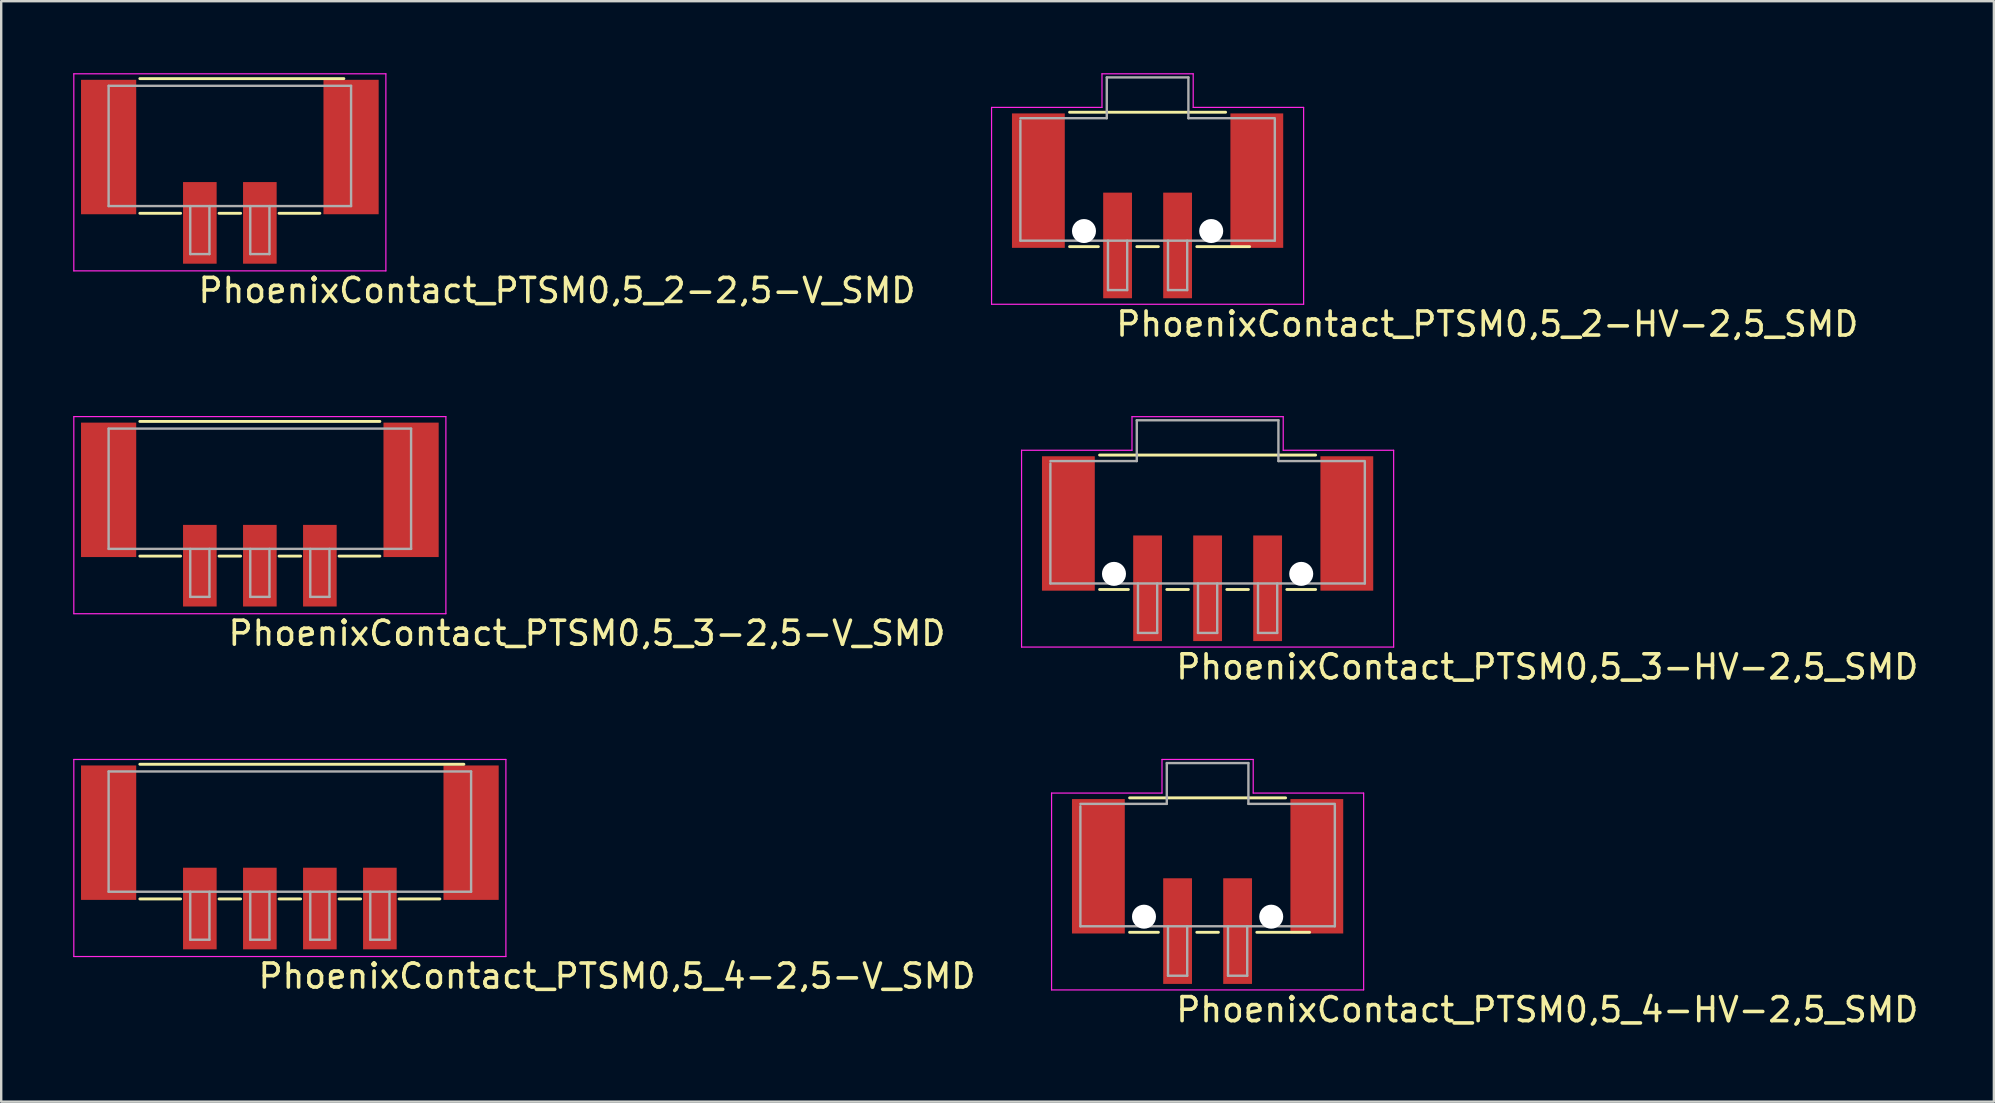
<source format=kicad_pcb>
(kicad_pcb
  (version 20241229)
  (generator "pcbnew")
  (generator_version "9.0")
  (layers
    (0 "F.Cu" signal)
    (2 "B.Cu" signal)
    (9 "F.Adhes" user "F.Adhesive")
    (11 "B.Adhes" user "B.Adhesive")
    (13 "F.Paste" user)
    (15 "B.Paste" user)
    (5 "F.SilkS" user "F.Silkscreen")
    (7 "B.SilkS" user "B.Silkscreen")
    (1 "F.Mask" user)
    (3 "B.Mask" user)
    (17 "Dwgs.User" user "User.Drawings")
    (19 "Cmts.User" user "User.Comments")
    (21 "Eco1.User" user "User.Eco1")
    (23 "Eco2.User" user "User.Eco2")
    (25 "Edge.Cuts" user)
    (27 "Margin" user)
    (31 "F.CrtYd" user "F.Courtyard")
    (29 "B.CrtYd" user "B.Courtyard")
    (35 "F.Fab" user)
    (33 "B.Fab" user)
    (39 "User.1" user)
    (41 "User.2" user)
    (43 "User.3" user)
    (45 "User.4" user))
  (footprint "PhoenixContact_PTSM0,5_3-HV-2,5_SMD"
    (layer "F.Cu")
    (at 47.257 20.107)
    (property "Reference" "PhoenixContact_PTSM0,5_3-HV-2,5_SMD" (at -1.4 5.21 0) (layer "F.SilkS") (effects (font (size 1 1) (thickness 0.15)) (justify left bottom)))
    (attr smd)
    (fp_line (start -4.5 -4.2) (end 4.5 -4.2) (stroke (width 0.12) (type solid)) (layer "F.SilkS"))
    (fp_line (start -3.3 1.4) (end -4.5 1.4) (stroke (width 0.12) (type solid)) (layer "F.SilkS"))
    (fp_line (start -0.8 1.4) (end -1.7 1.4) (stroke (width 0.12) (type solid)) (layer "F.SilkS"))
    (fp_line (start 1.7 1.4) (end 0.8 1.4) (stroke (width 0.12) (type solid)) (layer "F.SilkS"))
    (fp_line (start 4.5 1.4) (end 3.3 1.4) (stroke (width 0.12) (type solid)) (layer "F.SilkS"))
    (fp_line (start -7.75 -4.4) (end -3.15 -4.4) (stroke (width 0.05) (type solid)) (layer "F.CrtYd"))
    (fp_line (start -7.75 3.8) (end -7.75 -4.4) (stroke (width 0.05) (type solid)) (layer "F.CrtYd"))
    (fp_line (start -3.15 -5.8) (end 3.15 -5.8) (stroke (width 0.05) (type solid)) (layer "F.CrtYd"))
    (fp_line (start -3.15 -4.4) (end -3.15 -5.8) (stroke (width 0.05) (type solid)) (layer "F.CrtYd"))
    (fp_line (start 3.15 -4.4) (end 3.15 -5.8) (stroke (width 0.05) (type solid)) (layer "F.CrtYd"))
    (fp_line (start 7.75 -4.4) (end 3.15 -4.4) (stroke (width 0.05) (type solid)) (layer "F.CrtYd"))
    (fp_line (start 7.75 -4.4) (end 7.75 3.8) (stroke (width 0.05) (type solid)) (layer "F.CrtYd"))
    (fp_line (start 7.75 3.8) (end -7.75 3.8) (stroke (width 0.05) (type solid)) (layer "F.CrtYd"))
    (fp_line (start -6.55 -3.95) (end -2.95 -3.95) (stroke (width 0.1) (type solid)) (layer "F.Fab"))
    (fp_line (start -6.55 1.15) (end -6.55 -3.85) (stroke (width 0.1) (type solid)) (layer "F.Fab"))
    (fp_line (start -2.95 -5.65) (end 2.95 -5.65) (stroke (width 0.1) (type solid)) (layer "F.Fab"))
    (fp_line (start -2.95 -3.95) (end -2.95 -5.65) (stroke (width 0.1) (type solid)) (layer "F.Fab"))
    (fp_line (start -2.9 1.15) (end -2.9 3.21) (stroke (width 0.1) (type solid)) (layer "F.Fab"))
    (fp_line (start -2.9 3.21) (end -2.1 3.21) (stroke (width 0.1) (type solid)) (layer "F.Fab"))
    (fp_line (start -2.1 1.15) (end -2.1 3.21) (stroke (width 0.1) (type solid)) (layer "F.Fab"))
    (fp_line (start -0.4 1.15) (end -0.4 3.21) (stroke (width 0.1) (type solid)) (layer "F.Fab"))
    (fp_line (start -0.4 3.21) (end 0.4 3.21) (stroke (width 0.1) (type solid)) (layer "F.Fab"))
    (fp_line (start 0.4 1.15) (end 0.4 3.21) (stroke (width 0.1) (type solid)) (layer "F.Fab"))
    (fp_line (start 2.1 1.15) (end 2.1 3.21) (stroke (width 0.1) (type solid)) (layer "F.Fab"))
    (fp_line (start 2.1 3.21) (end 2.9 3.21) (stroke (width 0.1) (type solid)) (layer "F.Fab"))
    (fp_line (start 2.9 1.15) (end 2.9 3.21) (stroke (width 0.1) (type solid)) (layer "F.Fab"))
    (fp_line (start 2.95 -5.65) (end 2.95 -3.95) (stroke (width 0.1) (type solid)) (layer "F.Fab"))
    (fp_line (start 2.95 -3.95) (end 6.55 -3.95) (stroke (width 0.1) (type solid)) (layer "F.Fab"))
    (fp_line (start 6.55 1.15) (end -6.55 1.15) (stroke (width 0.1) (type solid)) (layer "F.Fab"))
    (fp_line (start 6.55 1.15) (end 6.55 -3.9) (stroke (width 0.1) (type solid)) (layer "F.Fab"))
    (pad "" smd rect (at -5.8 -1.35 180) (size 2.2 5.6) (layers "F.Cu" "F.Mask" "F.Paste"))
    (pad "" np_thru_hole circle (at -3.9 0.75) (size 1 1) (drill 1) (layers "*.Cu" "*.Mask"))
    (pad "" np_thru_hole circle (at 3.9 0.75) (size 1 1) (drill 1) (layers "*.Cu" "*.Mask"))
    (pad "" smd rect (at 5.8 -1.35 180) (size 2.2 5.6) (layers "F.Cu" "F.Mask" "F.Paste"))
    (pad "1" smd rect (at -2.5 1.35 180) (size 1.2 4.4) (layers "F.Cu" "F.Mask" "F.Paste"))
    (pad "2" smd rect (at 0 1.35 180) (size 1.2 4.4) (layers "F.Cu" "F.Mask" "F.Paste"))
    (pad "3" smd rect (at 2.5 1.35 180) (size 1.2 4.4) (layers "F.Cu" "F.Mask" "F.Paste")))
  (footprint "PhoenixContact_PTSM0,5_4-2,5-V_SMD"
    (layer "F.Cu")
    (at 9.025 33.218)
    (property "Reference" "PhoenixContact_PTSM0,5_4-2,5-V_SMD" (at -1.4 4.98 0) (layer "F.SilkS") (effects (font (size 1 1) (thickness 0.15)) (justify left bottom)))
    (attr smd)
    (fp_line (start -6.25 -4.43) (end 7.25 -4.43) (stroke (width 0.12) (type solid)) (layer "F.SilkS"))
    (fp_line (start -4.55 1.18) (end -6.25 1.18) (stroke (width 0.12) (type solid)) (layer "F.SilkS"))
    (fp_line (start -2.05 1.18) (end -2.95 1.18) (stroke (width 0.12) (type solid)) (layer "F.SilkS"))
    (fp_line (start 0.45 1.18) (end -0.45 1.18) (stroke (width 0.12) (type solid)) (layer "F.SilkS"))
    (fp_line (start 2.95 1.18) (end 2.05 1.18) (stroke (width 0.12) (type solid)) (layer "F.SilkS"))
    (fp_line (start 6.25 1.18) (end 4.55 1.18) (stroke (width 0.12) (type solid)) (layer "F.SilkS"))
    (fp_line (start -9 -4.63) (end 9 -4.63) (stroke (width 0.05) (type solid)) (layer "F.CrtYd"))
    (fp_line (start -9 3.58) (end -9 -4.63) (stroke (width 0.05) (type solid)) (layer "F.CrtYd"))
    (fp_line (start 9 -4.63) (end 9 3.58) (stroke (width 0.05) (type solid)) (layer "F.CrtYd"))
    (fp_line (start 9 3.58) (end -9 3.58) (stroke (width 0.05) (type solid)) (layer "F.CrtYd"))
    (fp_line (start -7.55 -4.13) (end 7.55 -4.13) (stroke (width 0.1) (type solid)) (layer "F.Fab"))
    (fp_line (start -7.55 0.88) (end -7.55 -4.13) (stroke (width 0.1) (type solid)) (layer "F.Fab"))
    (fp_line (start -4.15 0.88) (end -4.15 2.88) (stroke (width 0.1) (type solid)) (layer "F.Fab"))
    (fp_line (start -4.15 2.88) (end -3.35 2.88) (stroke (width 0.1) (type solid)) (layer "F.Fab"))
    (fp_line (start -3.35 0.88) (end -3.35 2.88) (stroke (width 0.1) (type solid)) (layer "F.Fab"))
    (fp_line (start -1.65 0.88) (end -1.65 2.88) (stroke (width 0.1) (type solid)) (layer "F.Fab"))
    (fp_line (start -1.65 2.88) (end -0.85 2.88) (stroke (width 0.1) (type solid)) (layer "F.Fab"))
    (fp_line (start -0.85 0.88) (end -0.85 2.88) (stroke (width 0.1) (type solid)) (layer "F.Fab"))
    (fp_line (start 0.85 0.88) (end 0.85 2.88) (stroke (width 0.1) (type solid)) (layer "F.Fab"))
    (fp_line (start 0.85 2.88) (end 1.65 2.88) (stroke (width 0.1) (type solid)) (layer "F.Fab"))
    (fp_line (start 1.65 0.88) (end 1.65 2.88) (stroke (width 0.1) (type solid)) (layer "F.Fab"))
    (fp_line (start 3.35 0.88) (end 3.35 2.88) (stroke (width 0.1) (type solid)) (layer "F.Fab"))
    (fp_line (start 3.35 2.88) (end 4.15 2.88) (stroke (width 0.1) (type solid)) (layer "F.Fab"))
    (fp_line (start 4.15 0.88) (end 4.15 2.88) (stroke (width 0.1) (type solid)) (layer "F.Fab"))
    (fp_line (start 7.55 0.88) (end -7.55 0.88) (stroke (width 0.1) (type solid)) (layer "F.Fab"))
    (fp_line (start 7.55 0.88) (end 7.55 -4.13) (stroke (width 0.1) (type solid)) (layer "F.Fab"))
    (pad "" smd rect (at -7.55 -1.58 180) (size 2.3 5.6) (layers "F.Cu" "F.Mask" "F.Paste"))
    (pad "" smd rect (at 7.55 -1.58 180) (size 2.3 5.6) (layers "F.Cu" "F.Mask" "F.Paste"))
    (pad "1" smd rect (at -3.75 1.58 180) (size 1.4 3.4) (layers "F.Cu" "F.Mask" "F.Paste"))
    (pad "2" smd rect (at -1.25 1.58 180) (size 1.4 3.4) (layers "F.Cu" "F.Mask" "F.Paste"))
    (pad "3" smd rect (at 1.25 1.58 180) (size 1.4 3.4) (layers "F.Cu" "F.Mask" "F.Paste"))
    (pad "4" smd rect (at 3.75 1.58 180) (size 1.4 3.4) (layers "F.Cu" "F.Mask" "F.Paste")))
  (footprint "PhoenixContact_PTSM0,5_4-HV-2,5_SMD"
    (layer "F.Cu")
    (at 47.257 34.388)
    (property "Reference" "PhoenixContact_PTSM0,5_4-HV-2,5_SMD" (at -1.4 5.21 0) (layer "F.SilkS") (effects (font (size 1 1) (thickness 0.15)) (justify left bottom)))
    (attr smd)
    (fp_line (start -3.25 -4.2) (end 3.25 -4.2) (stroke (width 0.12) (type solid)) (layer "F.SilkS"))
    (fp_line (start -2.05 1.4) (end -3.25 1.4) (stroke (width 0.12) (type solid)) (layer "F.SilkS"))
    (fp_line (start 0.45 1.4) (end -0.45 1.4) (stroke (width 0.12) (type solid)) (layer "F.SilkS"))
    (fp_line (start 4.25 1.4) (end 2.05 1.4) (stroke (width 0.12) (type solid)) (layer "F.SilkS"))
    (fp_line (start -6.5 -4.4) (end -1.9 -4.4) (stroke (width 0.05) (type solid)) (layer "F.CrtYd"))
    (fp_line (start -6.5 3.8) (end -6.5 -4.4) (stroke (width 0.05) (type solid)) (layer "F.CrtYd"))
    (fp_line (start -1.9 -5.8) (end 1.9 -5.8) (stroke (width 0.05) (type solid)) (layer "F.CrtYd"))
    (fp_line (start -1.9 -4.4) (end -1.9 -5.8) (stroke (width 0.05) (type solid)) (layer "F.CrtYd"))
    (fp_line (start 1.9 -4.4) (end 1.9 -5.8) (stroke (width 0.05) (type solid)) (layer "F.CrtYd"))
    (fp_line (start 6.5 -4.4) (end 1.9 -4.4) (stroke (width 0.05) (type solid)) (layer "F.CrtYd"))
    (fp_line (start 6.5 -4.4) (end 6.5 3.8) (stroke (width 0.05) (type solid)) (layer "F.CrtYd"))
    (fp_line (start 6.5 3.8) (end -6.5 3.8) (stroke (width 0.05) (type solid)) (layer "F.CrtYd"))
    (fp_line (start -5.3 -3.95) (end -1.7 -3.95) (stroke (width 0.1) (type solid)) (layer "F.Fab"))
    (fp_line (start -5.3 1.15) (end -5.3 -3.85) (stroke (width 0.1) (type solid)) (layer "F.Fab"))
    (fp_line (start -1.7 -5.65) (end 1.7 -5.65) (stroke (width 0.1) (type solid)) (layer "F.Fab"))
    (fp_line (start -1.7 -3.95) (end -1.7 -5.65) (stroke (width 0.1) (type solid)) (layer "F.Fab"))
    (fp_line (start -1.65 1.15) (end -1.65 3.21) (stroke (width 0.1) (type solid)) (layer "F.Fab"))
    (fp_line (start -1.65 3.21) (end -0.85 3.21) (stroke (width 0.1) (type solid)) (layer "F.Fab"))
    (fp_line (start -0.85 1.15) (end -0.85 3.21) (stroke (width 0.1) (type solid)) (layer "F.Fab"))
    (fp_line (start 0.85 1.15) (end 0.85 3.21) (stroke (width 0.1) (type solid)) (layer "F.Fab"))
    (fp_line (start 0.85 3.21) (end 1.65 3.21) (stroke (width 0.1) (type solid)) (layer "F.Fab"))
    (fp_line (start 1.65 1.15) (end 1.65 3.21) (stroke (width 0.1) (type solid)) (layer "F.Fab"))
    (fp_line (start 1.7 -5.65) (end 1.7 -3.95) (stroke (width 0.1) (type solid)) (layer "F.Fab"))
    (fp_line (start 1.7 -3.95) (end 5.3 -3.95) (stroke (width 0.1) (type solid)) (layer "F.Fab"))
    (fp_line (start 5.3 1.15) (end -5.3 1.15) (stroke (width 0.1) (type solid)) (layer "F.Fab"))
    (fp_line (start 5.3 1.15) (end 5.3 -3.9) (stroke (width 0.1) (type solid)) (layer "F.Fab"))
    (pad "" smd rect (at -4.55 -1.35 180) (size 2.2 5.6) (layers "F.Cu" "F.Mask" "F.Paste"))
    (pad "" np_thru_hole circle (at -2.65 0.75) (size 1 1) (drill 1) (layers "*.Cu" "*.Mask"))
    (pad "" np_thru_hole circle (at 2.65 0.75) (size 1 1) (drill 1) (layers "*.Cu" "*.Mask"))
    (pad "" smd rect (at 4.55 -1.35 180) (size 2.2 5.6) (layers "F.Cu" "F.Mask" "F.Paste"))
    (pad "1" smd rect (at -1.25 1.35 180) (size 1.2 4.4) (layers "F.Cu" "F.Mask" "F.Paste"))
    (pad "2" smd rect (at 1.25 1.35 180) (size 1.2 4.4) (layers "F.Cu" "F.Mask" "F.Paste")))
  (footprint "PhoenixContact_PTSM0,5_3-2,5-V_SMD"
    (layer "F.Cu")
    (at 7.775 18.936)
    (property "Reference" "PhoenixContact_PTSM0,5_3-2,5-V_SMD" (at -1.4 4.98 0) (layer "F.SilkS") (effects (font (size 1 1) (thickness 0.15)) (justify left bottom)))
    (attr smd)
    (fp_line (start -5 -4.43) (end 5 -4.43) (stroke (width 0.12) (type solid)) (layer "F.SilkS"))
    (fp_line (start -3.3 1.18) (end -5 1.18) (stroke (width 0.12) (type solid)) (layer "F.SilkS"))
    (fp_line (start -0.8 1.18) (end -1.7 1.18) (stroke (width 0.12) (type solid)) (layer "F.SilkS"))
    (fp_line (start 1.7 1.18) (end 0.8 1.18) (stroke (width 0.12) (type solid)) (layer "F.SilkS"))
    (fp_line (start 5 1.18) (end 3.3 1.18) (stroke (width 0.12) (type solid)) (layer "F.SilkS"))
    (fp_line (start -7.75 -4.63) (end 7.75 -4.63) (stroke (width 0.05) (type solid)) (layer "F.CrtYd"))
    (fp_line (start -7.75 3.58) (end -7.75 -4.63) (stroke (width 0.05) (type solid)) (layer "F.CrtYd"))
    (fp_line (start 7.75 -4.63) (end 7.75 3.58) (stroke (width 0.05) (type solid)) (layer "F.CrtYd"))
    (fp_line (start 7.75 3.58) (end -7.75 3.58) (stroke (width 0.05) (type solid)) (layer "F.CrtYd"))
    (fp_line (start -6.3 -4.13) (end 6.3 -4.13) (stroke (width 0.1) (type solid)) (layer "F.Fab"))
    (fp_line (start -6.3 0.88) (end -6.3 -4.13) (stroke (width 0.1) (type solid)) (layer "F.Fab"))
    (fp_line (start -2.9 0.88) (end -2.9 2.88) (stroke (width 0.1) (type solid)) (layer "F.Fab"))
    (fp_line (start -2.9 2.88) (end -2.1 2.88) (stroke (width 0.1) (type solid)) (layer "F.Fab"))
    (fp_line (start -2.1 0.88) (end -2.1 2.88) (stroke (width 0.1) (type solid)) (layer "F.Fab"))
    (fp_line (start -0.4 0.88) (end -0.4 2.88) (stroke (width 0.1) (type solid)) (layer "F.Fab"))
    (fp_line (start -0.4 2.88) (end 0.4 2.88) (stroke (width 0.1) (type solid)) (layer "F.Fab"))
    (fp_line (start 0.4 0.88) (end 0.4 2.88) (stroke (width 0.1) (type solid)) (layer "F.Fab"))
    (fp_line (start 2.1 0.88) (end 2.1 2.88) (stroke (width 0.1) (type solid)) (layer "F.Fab"))
    (fp_line (start 2.1 2.88) (end 2.9 2.88) (stroke (width 0.1) (type solid)) (layer "F.Fab"))
    (fp_line (start 2.9 0.88) (end 2.9 2.88) (stroke (width 0.1) (type solid)) (layer "F.Fab"))
    (fp_line (start 6.3 0.88) (end -6.3 0.88) (stroke (width 0.1) (type solid)) (layer "F.Fab"))
    (fp_line (start 6.3 0.88) (end 6.3 -4.13) (stroke (width 0.1) (type solid)) (layer "F.Fab"))
    (pad "" smd rect (at -6.3 -1.58 180) (size 2.3 5.6) (layers "F.Cu" "F.Mask" "F.Paste"))
    (pad "" smd rect (at 6.3 -1.58 180) (size 2.3 5.6) (layers "F.Cu" "F.Mask" "F.Paste"))
    (pad "1" smd rect (at -2.5 1.58 180) (size 1.4 3.4) (layers "F.Cu" "F.Mask" "F.Paste"))
    (pad "2" smd rect (at 0 1.58 180) (size 1.4 3.4) (layers "F.Cu" "F.Mask" "F.Paste"))
    (pad "3" smd rect (at 2.5 1.58 180) (size 1.4 3.4) (layers "F.Cu" "F.Mask" "F.Paste")))
  (footprint "PhoenixContact_PTSM0,5_2-2,5-V_SMD"
    (layer "F.Cu")
    (at 6.525 4.655)
    (property "Reference" "PhoenixContact_PTSM0,5_2-2,5-V_SMD" (at -1.4 4.98 0) (layer "F.SilkS") (effects (font (size 1 1) (thickness 0.15)) (justify left bottom)))
    (attr smd)
    (fp_line (start -3.75 -4.43) (end 4.75 -4.43) (stroke (width 0.12) (type solid)) (layer "F.SilkS"))
    (fp_line (start -2.05 1.18) (end -3.75 1.18) (stroke (width 0.12) (type solid)) (layer "F.SilkS"))
    (fp_line (start 0.45 1.18) (end -0.45 1.18) (stroke (width 0.12) (type solid)) (layer "F.SilkS"))
    (fp_line (start 3.75 1.18) (end 2.05 1.18) (stroke (width 0.12) (type solid)) (layer "F.SilkS"))
    (fp_line (start -6.5 -4.63) (end 6.5 -4.63) (stroke (width 0.05) (type solid)) (layer "F.CrtYd"))
    (fp_line (start -6.5 3.58) (end -6.5 -4.63) (stroke (width 0.05) (type solid)) (layer "F.CrtYd"))
    (fp_line (start 6.5 -4.63) (end 6.5 3.58) (stroke (width 0.05) (type solid)) (layer "F.CrtYd"))
    (fp_line (start 6.5 3.58) (end -6.5 3.58) (stroke (width 0.05) (type solid)) (layer "F.CrtYd"))
    (fp_line (start -5.05 -4.13) (end 5.05 -4.13) (stroke (width 0.1) (type solid)) (layer "F.Fab"))
    (fp_line (start -5.05 0.88) (end -5.05 -4.13) (stroke (width 0.1) (type solid)) (layer "F.Fab"))
    (fp_line (start -1.65 0.88) (end -1.65 2.88) (stroke (width 0.1) (type solid)) (layer "F.Fab"))
    (fp_line (start -1.65 2.88) (end -0.85 2.88) (stroke (width 0.1) (type solid)) (layer "F.Fab"))
    (fp_line (start -0.85 0.88) (end -0.85 2.88) (stroke (width 0.1) (type solid)) (layer "F.Fab"))
    (fp_line (start 0.85 0.88) (end 0.85 2.88) (stroke (width 0.1) (type solid)) (layer "F.Fab"))
    (fp_line (start 0.85 2.88) (end 1.65 2.88) (stroke (width 0.1) (type solid)) (layer "F.Fab"))
    (fp_line (start 1.65 0.88) (end 1.65 2.88) (stroke (width 0.1) (type solid)) (layer "F.Fab"))
    (fp_line (start 5.05 0.88) (end -5.05 0.88) (stroke (width 0.1) (type solid)) (layer "F.Fab"))
    (fp_line (start 5.05 0.88) (end 5.05 -4.13) (stroke (width 0.1) (type solid)) (layer "F.Fab"))
    (pad "" smd rect (at -5.05 -1.58 180) (size 2.3 5.6) (layers "F.Cu" "F.Mask" "F.Paste"))
    (pad "" smd rect (at 5.05 -1.58 180) (size 2.3 5.6) (layers "F.Cu" "F.Mask" "F.Paste"))
    (pad "1" smd rect (at -1.25 1.58 180) (size 1.4 3.4) (layers "F.Cu" "F.Mask" "F.Paste"))
    (pad "2" smd rect (at 1.25 1.58 180) (size 1.4 3.4) (layers "F.Cu" "F.Mask" "F.Paste")))
  (footprint "PhoenixContact_PTSM0,5_2-HV-2,5_SMD"
    (layer "F.Cu")
    (at 44.757 5.825)
    (property "Reference" "PhoenixContact_PTSM0,5_2-HV-2,5_SMD" (at -1.4 5.21 0) (layer "F.SilkS") (effects (font (size 1 1) (thickness 0.15)) (justify left bottom)))
    (attr smd)
    (fp_line (start -3.25 -4.2) (end 3.25 -4.2) (stroke (width 0.12) (type solid)) (layer "F.SilkS"))
    (fp_line (start -2.05 1.4) (end -3.25 1.4) (stroke (width 0.12) (type solid)) (layer "F.SilkS"))
    (fp_line (start 0.45 1.4) (end -0.45 1.4) (stroke (width 0.12) (type solid)) (layer "F.SilkS"))
    (fp_line (start 4.25 1.4) (end 2.05 1.4) (stroke (width 0.12) (type solid)) (layer "F.SilkS"))
    (fp_line (start -6.5 -4.4) (end -1.9 -4.4) (stroke (width 0.05) (type solid)) (layer "F.CrtYd"))
    (fp_line (start -6.5 3.8) (end -6.5 -4.4) (stroke (width 0.05) (type solid)) (layer "F.CrtYd"))
    (fp_line (start -1.9 -5.8) (end 1.9 -5.8) (stroke (width 0.05) (type solid)) (layer "F.CrtYd"))
    (fp_line (start -1.9 -4.4) (end -1.9 -5.8) (stroke (width 0.05) (type solid)) (layer "F.CrtYd"))
    (fp_line (start 1.9 -4.4) (end 1.9 -5.8) (stroke (width 0.05) (type solid)) (layer "F.CrtYd"))
    (fp_line (start 6.5 -4.4) (end 1.9 -4.4) (stroke (width 0.05) (type solid)) (layer "F.CrtYd"))
    (fp_line (start 6.5 -4.4) (end 6.5 3.8) (stroke (width 0.05) (type solid)) (layer "F.CrtYd"))
    (fp_line (start 6.5 3.8) (end -6.5 3.8) (stroke (width 0.05) (type solid)) (layer "F.CrtYd"))
    (fp_line (start -5.3 -3.95) (end -1.7 -3.95) (stroke (width 0.1) (type solid)) (layer "F.Fab"))
    (fp_line (start -5.3 1.15) (end -5.3 -3.85) (stroke (width 0.1) (type solid)) (layer "F.Fab"))
    (fp_line (start -1.7 -5.65) (end 1.7 -5.65) (stroke (width 0.1) (type solid)) (layer "F.Fab"))
    (fp_line (start -1.7 -3.95) (end -1.7 -5.65) (stroke (width 0.1) (type solid)) (layer "F.Fab"))
    (fp_line (start -1.65 1.15) (end -1.65 3.21) (stroke (width 0.1) (type solid)) (layer "F.Fab"))
    (fp_line (start -1.65 3.21) (end -0.85 3.21) (stroke (width 0.1) (type solid)) (layer "F.Fab"))
    (fp_line (start -0.85 1.15) (end -0.85 3.21) (stroke (width 0.1) (type solid)) (layer "F.Fab"))
    (fp_line (start 0.85 1.15) (end 0.85 3.21) (stroke (width 0.1) (type solid)) (layer "F.Fab"))
    (fp_line (start 0.85 3.21) (end 1.65 3.21) (stroke (width 0.1) (type solid)) (layer "F.Fab"))
    (fp_line (start 1.65 1.15) (end 1.65 3.21) (stroke (width 0.1) (type solid)) (layer "F.Fab"))
    (fp_line (start 1.7 -5.65) (end 1.7 -3.95) (stroke (width 0.1) (type solid)) (layer "F.Fab"))
    (fp_line (start 1.7 -3.95) (end 5.3 -3.95) (stroke (width 0.1) (type solid)) (layer "F.Fab"))
    (fp_line (start 5.3 1.15) (end -5.3 1.15) (stroke (width 0.1) (type solid)) (layer "F.Fab"))
    (fp_line (start 5.3 1.15) (end 5.3 -3.9) (stroke (width 0.1) (type solid)) (layer "F.Fab"))
    (pad "" smd rect (at -4.55 -1.35 180) (size 2.2 5.6) (layers "F.Cu" "F.Mask" "F.Paste"))
    (pad "" np_thru_hole circle (at -2.65 0.75) (size 1 1) (drill 1) (layers "*.Cu" "*.Mask"))
    (pad "" np_thru_hole circle (at 2.65 0.75) (size 1 1) (drill 1) (layers "*.Cu" "*.Mask"))
    (pad "" smd rect (at 4.55 -1.35 180) (size 2.2 5.6) (layers "F.Cu" "F.Mask" "F.Paste"))
    (pad "1" smd rect (at -1.25 1.35 180) (size 1.2 4.4) (layers "F.Cu" "F.Mask" "F.Paste"))
    (pad "2" smd rect (at 1.25 1.35 180) (size 1.2 4.4) (layers "F.Cu" "F.Mask" "F.Paste")))
  (gr_rect
    (start -3 -3)
    (end 80.012 42.844)
    (stroke (width 0.1) (type default))
    (fill no)
    (layer "Edge.Cuts")))
</source>
